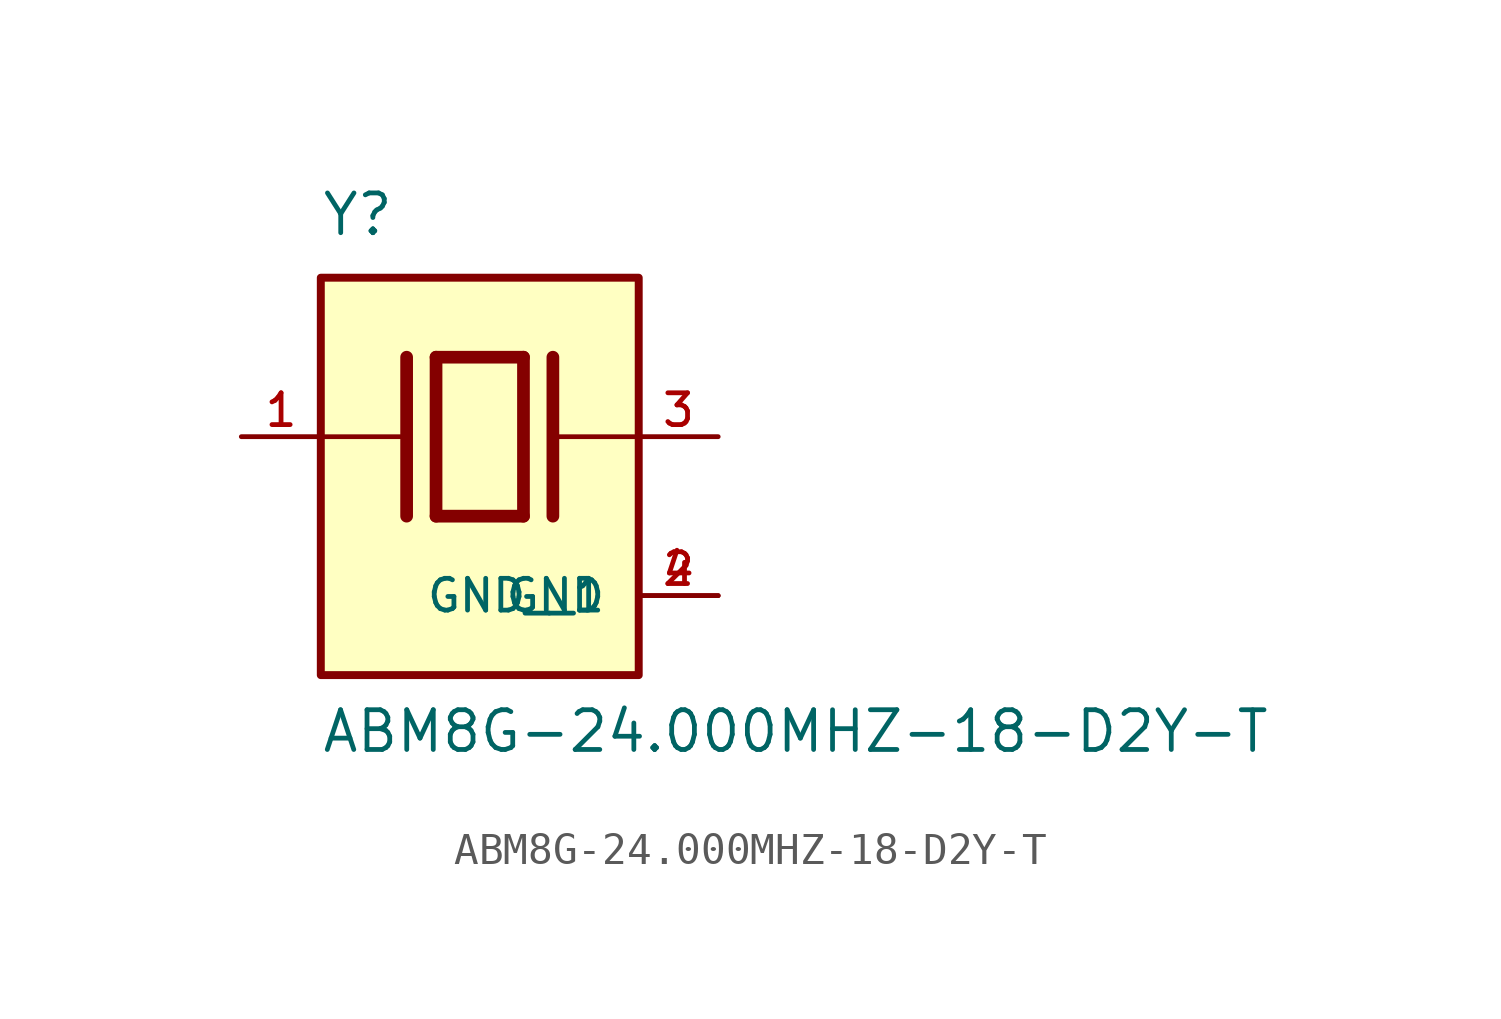
<source format=kicad_sym>
(kicad_symbol_lib
  (version 20211014)
  (generator kicad_symbol_editor)
  (symbol "ABM8G-24.000MHZ-18-D2Y-T"
    (pin_names
      (offset 1.016))
    (property "Reference" "Y"
      (at -5.088 6.356 0)
      (effects (font (size 1.27 1.27)) (justify bottom left)))
    (property "Value" "ABM8G-24.000MHZ-18-D2Y-T"
      (at -5.094 -10.16 0)
      (effects (font (size 1.27 1.27)) (justify bottom left)))
    (symbol "ABM8G-24.000MHZ-18-D2Y-T_0_0"
      (polyline (pts (xy -1.397 2.54) (xy 1.397 2.54)) (stroke (width 0.406)))
      (polyline (pts (xy 1.397 2.54) (xy 1.397 -2.54)) (stroke (width 0.406)))
      (polyline (pts (xy 1.397 -2.54) (xy -1.397 -2.54)) (stroke (width 0.406)))
      (polyline (pts (xy -1.397 2.54) (xy -1.397 -2.54)) (stroke (width 0.406)))
      (polyline (pts (xy 2.337 2.54) (xy 2.337 -2.54)) (stroke (width 0.406)))
      (polyline (pts (xy -2.337 2.54) (xy -2.337 -2.54)) (stroke (width 0.406)))
      (polyline (pts (xy -5.08 0.0) (xy -2.54 0.0)) (stroke (width 0.152)))
      (polyline (pts (xy 2.54 0.0) (xy 5.08 0.0)) (stroke (width 0.152)))
      (rectangle (start -5.08 -7.62) (end 5.08 5.08) (stroke (width 0.254)) (fill (type background)))
      (pin passive line (at 7.62 0.0 180.0) (length 2.54) (name "~" (effects (font (size 1.016 1.016)))) (number "3" (effects (font (size 1.016 1.016)))))
      (pin passive line (at -7.62 0.0 0) (length 2.54) (name "~" (effects (font (size 1.016 1.016)))) (number "1" (effects (font (size 1.016 1.016)))))
      (pin power_in line (at 7.62 -5.08 180.0) (length 2.54) (name "GND" (effects (font (size 1.016 1.016)))) (number "2" (effects (font (size 1.016 1.016)))))
      (pin power_in line (at 7.62 -5.08 180.0) (length 2.54) (name "GND__1" (effects (font (size 1.016 1.016)))) (number "4" (effects (font (size 1.016 1.016))))))))
</source>
